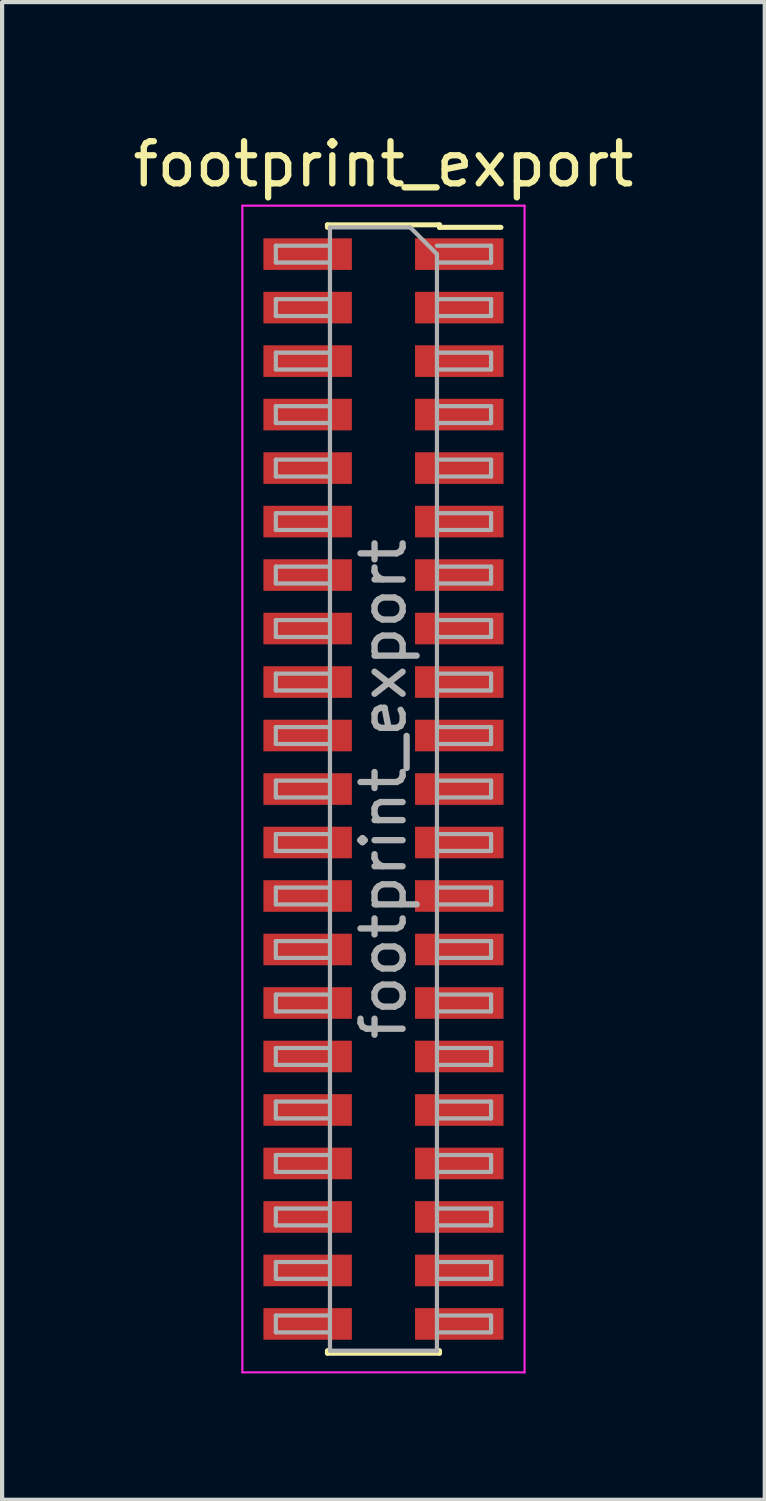
<source format=kicad_pcb>
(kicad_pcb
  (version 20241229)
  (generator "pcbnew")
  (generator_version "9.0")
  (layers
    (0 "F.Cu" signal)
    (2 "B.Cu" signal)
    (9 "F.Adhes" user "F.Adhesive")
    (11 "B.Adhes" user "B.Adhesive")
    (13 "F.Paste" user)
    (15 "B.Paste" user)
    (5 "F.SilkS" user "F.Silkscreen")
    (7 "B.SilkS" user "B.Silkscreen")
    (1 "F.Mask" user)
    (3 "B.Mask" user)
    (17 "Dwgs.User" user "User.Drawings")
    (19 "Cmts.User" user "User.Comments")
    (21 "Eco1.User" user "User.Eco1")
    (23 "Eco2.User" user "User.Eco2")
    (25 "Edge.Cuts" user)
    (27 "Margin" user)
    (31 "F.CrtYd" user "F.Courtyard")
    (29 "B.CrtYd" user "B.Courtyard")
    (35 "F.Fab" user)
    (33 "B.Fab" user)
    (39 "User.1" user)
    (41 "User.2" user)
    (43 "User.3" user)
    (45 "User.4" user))
  (footprint "footprint_export"
    (layer "F.Cu")
    (at 6.054 15.683)
    (property "Reference" "footprint_export" (at 0 -14.835 0) (layer "F.SilkS") (effects (font (size 1 1) (thickness 0.15))))
    (attr smd)
    (fp_line (start -1.33 -13.395) (end -1.33 -13.335) (stroke (width 0.12) (type solid)) (layer "F.SilkS"))
    (fp_line (start -1.33 -13.395) (end 1.33 -13.395) (stroke (width 0.12) (type solid)) (layer "F.SilkS"))
    (fp_line (start -1.33 13.335) (end -1.33 13.395) (stroke (width 0.12) (type solid)) (layer "F.SilkS"))
    (fp_line (start -1.33 13.395) (end 1.33 13.395) (stroke (width 0.12) (type solid)) (layer "F.SilkS"))
    (fp_line (start 1.33 -13.395) (end 1.33 -13.335) (stroke (width 0.12) (type solid)) (layer "F.SilkS"))
    (fp_line (start 1.33 -13.335) (end 2.79 -13.335) (stroke (width 0.12) (type solid)) (layer "F.SilkS"))
    (fp_line (start 1.33 13.335) (end 1.33 13.395) (stroke (width 0.12) (type solid)) (layer "F.SilkS"))
    (fp_line (start -3.35 -13.85) (end 3.35 -13.85) (stroke (width 0.05) (type solid)) (layer "F.CrtYd"))
    (fp_line (start -3.35 13.85) (end -3.35 -13.85) (stroke (width 0.05) (type solid)) (layer "F.CrtYd"))
    (fp_line (start 3.35 -13.85) (end 3.35 13.85) (stroke (width 0.05) (type solid)) (layer "F.CrtYd"))
    (fp_line (start 3.35 13.85) (end -3.35 13.85) (stroke (width 0.05) (type solid)) (layer "F.CrtYd"))
    (fp_line (start -2.555 -12.9) (end -1.27 -12.9) (stroke (width 0.1) (type solid)) (layer "F.Fab"))
    (fp_line (start -2.555 -12.5) (end -2.555 -12.9) (stroke (width 0.1) (type solid)) (layer "F.Fab"))
    (fp_line (start -2.555 -11.63) (end -1.27 -11.63) (stroke (width 0.1) (type solid)) (layer "F.Fab"))
    (fp_line (start -2.555 -11.23) (end -2.555 -11.63) (stroke (width 0.1) (type solid)) (layer "F.Fab"))
    (fp_line (start -2.555 -10.36) (end -1.27 -10.36) (stroke (width 0.1) (type solid)) (layer "F.Fab"))
    (fp_line (start -2.555 -9.96) (end -2.555 -10.36) (stroke (width 0.1) (type solid)) (layer "F.Fab"))
    (fp_line (start -2.555 -9.09) (end -1.27 -9.09) (stroke (width 0.1) (type solid)) (layer "F.Fab"))
    (fp_line (start -2.555 -8.69) (end -2.555 -9.09) (stroke (width 0.1) (type solid)) (layer "F.Fab"))
    (fp_line (start -2.555 -7.82) (end -1.27 -7.82) (stroke (width 0.1) (type solid)) (layer "F.Fab"))
    (fp_line (start -2.555 -7.42) (end -2.555 -7.82) (stroke (width 0.1) (type solid)) (layer "F.Fab"))
    (fp_line (start -2.555 -6.55) (end -1.27 -6.55) (stroke (width 0.1) (type solid)) (layer "F.Fab"))
    (fp_line (start -2.555 -6.15) (end -2.555 -6.55) (stroke (width 0.1) (type solid)) (layer "F.Fab"))
    (fp_line (start -2.555 -5.28) (end -1.27 -5.28) (stroke (width 0.1) (type solid)) (layer "F.Fab"))
    (fp_line (start -2.555 -4.88) (end -2.555 -5.28) (stroke (width 0.1) (type solid)) (layer "F.Fab"))
    (fp_line (start -2.555 -4.01) (end -1.27 -4.01) (stroke (width 0.1) (type solid)) (layer "F.Fab"))
    (fp_line (start -2.555 -3.61) (end -2.555 -4.01) (stroke (width 0.1) (type solid)) (layer "F.Fab"))
    (fp_line (start -2.555 -2.74) (end -1.27 -2.74) (stroke (width 0.1) (type solid)) (layer "F.Fab"))
    (fp_line (start -2.555 -2.34) (end -2.555 -2.74) (stroke (width 0.1) (type solid)) (layer "F.Fab"))
    (fp_line (start -2.555 -1.47) (end -1.27 -1.47) (stroke (width 0.1) (type solid)) (layer "F.Fab"))
    (fp_line (start -2.555 -1.07) (end -2.555 -1.47) (stroke (width 0.1) (type solid)) (layer "F.Fab"))
    (fp_line (start -2.555 -0.2) (end -1.27 -0.2) (stroke (width 0.1) (type solid)) (layer "F.Fab"))
    (fp_line (start -2.555 0.2) (end -2.555 -0.2) (stroke (width 0.1) (type solid)) (layer "F.Fab"))
    (fp_line (start -2.555 1.07) (end -1.27 1.07) (stroke (width 0.1) (type solid)) (layer "F.Fab"))
    (fp_line (start -2.555 1.47) (end -2.555 1.07) (stroke (width 0.1) (type solid)) (layer "F.Fab"))
    (fp_line (start -2.555 2.34) (end -1.27 2.34) (stroke (width 0.1) (type solid)) (layer "F.Fab"))
    (fp_line (start -2.555 2.74) (end -2.555 2.34) (stroke (width 0.1) (type solid)) (layer "F.Fab"))
    (fp_line (start -2.555 3.61) (end -1.27 3.61) (stroke (width 0.1) (type solid)) (layer "F.Fab"))
    (fp_line (start -2.555 4.01) (end -2.555 3.61) (stroke (width 0.1) (type solid)) (layer "F.Fab"))
    (fp_line (start -2.555 4.88) (end -1.27 4.88) (stroke (width 0.1) (type solid)) (layer "F.Fab"))
    (fp_line (start -2.555 5.28) (end -2.555 4.88) (stroke (width 0.1) (type solid)) (layer "F.Fab"))
    (fp_line (start -2.555 6.15) (end -1.27 6.15) (stroke (width 0.1) (type solid)) (layer "F.Fab"))
    (fp_line (start -2.555 6.55) (end -2.555 6.15) (stroke (width 0.1) (type solid)) (layer "F.Fab"))
    (fp_line (start -2.555 7.42) (end -1.27 7.42) (stroke (width 0.1) (type solid)) (layer "F.Fab"))
    (fp_line (start -2.555 7.82) (end -2.555 7.42) (stroke (width 0.1) (type solid)) (layer "F.Fab"))
    (fp_line (start -2.555 8.69) (end -1.27 8.69) (stroke (width 0.1) (type solid)) (layer "F.Fab"))
    (fp_line (start -2.555 9.09) (end -2.555 8.69) (stroke (width 0.1) (type solid)) (layer "F.Fab"))
    (fp_line (start -2.555 9.96) (end -1.27 9.96) (stroke (width 0.1) (type solid)) (layer "F.Fab"))
    (fp_line (start -2.555 10.36) (end -2.555 9.96) (stroke (width 0.1) (type solid)) (layer "F.Fab"))
    (fp_line (start -2.555 11.23) (end -1.27 11.23) (stroke (width 0.1) (type solid)) (layer "F.Fab"))
    (fp_line (start -2.555 11.63) (end -2.555 11.23) (stroke (width 0.1) (type solid)) (layer "F.Fab"))
    (fp_line (start -2.555 12.5) (end -1.27 12.5) (stroke (width 0.1) (type solid)) (layer "F.Fab"))
    (fp_line (start -2.555 12.9) (end -2.555 12.5) (stroke (width 0.1) (type solid)) (layer "F.Fab"))
    (fp_line (start -1.27 -13.335) (end 0.635 -13.335) (stroke (width 0.1) (type solid)) (layer "F.Fab"))
    (fp_line (start -1.27 -12.5) (end -2.555 -12.5) (stroke (width 0.1) (type solid)) (layer "F.Fab"))
    (fp_line (start -1.27 -11.23) (end -2.555 -11.23) (stroke (width 0.1) (type solid)) (layer "F.Fab"))
    (fp_line (start -1.27 -9.96) (end -2.555 -9.96) (stroke (width 0.1) (type solid)) (layer "F.Fab"))
    (fp_line (start -1.27 -8.69) (end -2.555 -8.69) (stroke (width 0.1) (type solid)) (layer "F.Fab"))
    (fp_line (start -1.27 -7.42) (end -2.555 -7.42) (stroke (width 0.1) (type solid)) (layer "F.Fab"))
    (fp_line (start -1.27 -6.15) (end -2.555 -6.15) (stroke (width 0.1) (type solid)) (layer "F.Fab"))
    (fp_line (start -1.27 -4.88) (end -2.555 -4.88) (stroke (width 0.1) (type solid)) (layer "F.Fab"))
    (fp_line (start -1.27 -3.61) (end -2.555 -3.61) (stroke (width 0.1) (type solid)) (layer "F.Fab"))
    (fp_line (start -1.27 -2.34) (end -2.555 -2.34) (stroke (width 0.1) (type solid)) (layer "F.Fab"))
    (fp_line (start -1.27 -1.07) (end -2.555 -1.07) (stroke (width 0.1) (type solid)) (layer "F.Fab"))
    (fp_line (start -1.27 0.2) (end -2.555 0.2) (stroke (width 0.1) (type solid)) (layer "F.Fab"))
    (fp_line (start -1.27 1.47) (end -2.555 1.47) (stroke (width 0.1) (type solid)) (layer "F.Fab"))
    (fp_line (start -1.27 2.74) (end -2.555 2.74) (stroke (width 0.1) (type solid)) (layer "F.Fab"))
    (fp_line (start -1.27 4.01) (end -2.555 4.01) (stroke (width 0.1) (type solid)) (layer "F.Fab"))
    (fp_line (start -1.27 5.28) (end -2.555 5.28) (stroke (width 0.1) (type solid)) (layer "F.Fab"))
    (fp_line (start -1.27 6.55) (end -2.555 6.55) (stroke (width 0.1) (type solid)) (layer "F.Fab"))
    (fp_line (start -1.27 7.82) (end -2.555 7.82) (stroke (width 0.1) (type solid)) (layer "F.Fab"))
    (fp_line (start -1.27 9.09) (end -2.555 9.09) (stroke (width 0.1) (type solid)) (layer "F.Fab"))
    (fp_line (start -1.27 10.36) (end -2.555 10.36) (stroke (width 0.1) (type solid)) (layer "F.Fab"))
    (fp_line (start -1.27 11.63) (end -2.555 11.63) (stroke (width 0.1) (type solid)) (layer "F.Fab"))
    (fp_line (start -1.27 12.9) (end -2.555 12.9) (stroke (width 0.1) (type solid)) (layer "F.Fab"))
    (fp_line (start -1.27 13.335) (end -1.27 -13.335) (stroke (width 0.1) (type solid)) (layer "F.Fab"))
    (fp_line (start 0.635 -13.335) (end 1.27 -12.7) (stroke (width 0.1) (type solid)) (layer "F.Fab"))
    (fp_line (start 1.27 -12.9) (end 2.555 -12.9) (stroke (width 0.1) (type solid)) (layer "F.Fab"))
    (fp_line (start 1.27 -12.7) (end 1.27 13.335) (stroke (width 0.1) (type solid)) (layer "F.Fab"))
    (fp_line (start 1.27 -11.63) (end 2.555 -11.63) (stroke (width 0.1) (type solid)) (layer "F.Fab"))
    (fp_line (start 1.27 -10.36) (end 2.555 -10.36) (stroke (width 0.1) (type solid)) (layer "F.Fab"))
    (fp_line (start 1.27 -9.09) (end 2.555 -9.09) (stroke (width 0.1) (type solid)) (layer "F.Fab"))
    (fp_line (start 1.27 -7.82) (end 2.555 -7.82) (stroke (width 0.1) (type solid)) (layer "F.Fab"))
    (fp_line (start 1.27 -6.55) (end 2.555 -6.55) (stroke (width 0.1) (type solid)) (layer "F.Fab"))
    (fp_line (start 1.27 -5.28) (end 2.555 -5.28) (stroke (width 0.1) (type solid)) (layer "F.Fab"))
    (fp_line (start 1.27 -4.01) (end 2.555 -4.01) (stroke (width 0.1) (type solid)) (layer "F.Fab"))
    (fp_line (start 1.27 -2.74) (end 2.555 -2.74) (stroke (width 0.1) (type solid)) (layer "F.Fab"))
    (fp_line (start 1.27 -1.47) (end 2.555 -1.47) (stroke (width 0.1) (type solid)) (layer "F.Fab"))
    (fp_line (start 1.27 -0.2) (end 2.555 -0.2) (stroke (width 0.1) (type solid)) (layer "F.Fab"))
    (fp_line (start 1.27 1.07) (end 2.555 1.07) (stroke (width 0.1) (type solid)) (layer "F.Fab"))
    (fp_line (start 1.27 2.34) (end 2.555 2.34) (stroke (width 0.1) (type solid)) (layer "F.Fab"))
    (fp_line (start 1.27 3.61) (end 2.555 3.61) (stroke (width 0.1) (type solid)) (layer "F.Fab"))
    (fp_line (start 1.27 4.88) (end 2.555 4.88) (stroke (width 0.1) (type solid)) (layer "F.Fab"))
    (fp_line (start 1.27 6.15) (end 2.555 6.15) (stroke (width 0.1) (type solid)) (layer "F.Fab"))
    (fp_line (start 1.27 7.42) (end 2.555 7.42) (stroke (width 0.1) (type solid)) (layer "F.Fab"))
    (fp_line (start 1.27 8.69) (end 2.555 8.69) (stroke (width 0.1) (type solid)) (layer "F.Fab"))
    (fp_line (start 1.27 9.96) (end 2.555 9.96) (stroke (width 0.1) (type solid)) (layer "F.Fab"))
    (fp_line (start 1.27 11.23) (end 2.555 11.23) (stroke (width 0.1) (type solid)) (layer "F.Fab"))
    (fp_line (start 1.27 12.5) (end 2.555 12.5) (stroke (width 0.1) (type solid)) (layer "F.Fab"))
    (fp_line (start 1.27 13.335) (end -1.27 13.335) (stroke (width 0.1) (type solid)) (layer "F.Fab"))
    (fp_line (start 2.555 -12.9) (end 2.555 -12.5) (stroke (width 0.1) (type solid)) (layer "F.Fab"))
    (fp_line (start 2.555 -12.5) (end 1.27 -12.5) (stroke (width 0.1) (type solid)) (layer "F.Fab"))
    (fp_line (start 2.555 -11.63) (end 2.555 -11.23) (stroke (width 0.1) (type solid)) (layer "F.Fab"))
    (fp_line (start 2.555 -11.23) (end 1.27 -11.23) (stroke (width 0.1) (type solid)) (layer "F.Fab"))
    (fp_line (start 2.555 -10.36) (end 2.555 -9.96) (stroke (width 0.1) (type solid)) (layer "F.Fab"))
    (fp_line (start 2.555 -9.96) (end 1.27 -9.96) (stroke (width 0.1) (type solid)) (layer "F.Fab"))
    (fp_line (start 2.555 -9.09) (end 2.555 -8.69) (stroke (width 0.1) (type solid)) (layer "F.Fab"))
    (fp_line (start 2.555 -8.69) (end 1.27 -8.69) (stroke (width 0.1) (type solid)) (layer "F.Fab"))
    (fp_line (start 2.555 -7.82) (end 2.555 -7.42) (stroke (width 0.1) (type solid)) (layer "F.Fab"))
    (fp_line (start 2.555 -7.42) (end 1.27 -7.42) (stroke (width 0.1) (type solid)) (layer "F.Fab"))
    (fp_line (start 2.555 -6.55) (end 2.555 -6.15) (stroke (width 0.1) (type solid)) (layer "F.Fab"))
    (fp_line (start 2.555 -6.15) (end 1.27 -6.15) (stroke (width 0.1) (type solid)) (layer "F.Fab"))
    (fp_line (start 2.555 -5.28) (end 2.555 -4.88) (stroke (width 0.1) (type solid)) (layer "F.Fab"))
    (fp_line (start 2.555 -4.88) (end 1.27 -4.88) (stroke (width 0.1) (type solid)) (layer "F.Fab"))
    (fp_line (start 2.555 -4.01) (end 2.555 -3.61) (stroke (width 0.1) (type solid)) (layer "F.Fab"))
    (fp_line (start 2.555 -3.61) (end 1.27 -3.61) (stroke (width 0.1) (type solid)) (layer "F.Fab"))
    (fp_line (start 2.555 -2.74) (end 2.555 -2.34) (stroke (width 0.1) (type solid)) (layer "F.Fab"))
    (fp_line (start 2.555 -2.34) (end 1.27 -2.34) (stroke (width 0.1) (type solid)) (layer "F.Fab"))
    (fp_line (start 2.555 -1.47) (end 2.555 -1.07) (stroke (width 0.1) (type solid)) (layer "F.Fab"))
    (fp_line (start 2.555 -1.07) (end 1.27 -1.07) (stroke (width 0.1) (type solid)) (layer "F.Fab"))
    (fp_line (start 2.555 -0.2) (end 2.555 0.2) (stroke (width 0.1) (type solid)) (layer "F.Fab"))
    (fp_line (start 2.555 0.2) (end 1.27 0.2) (stroke (width 0.1) (type solid)) (layer "F.Fab"))
    (fp_line (start 2.555 1.07) (end 2.555 1.47) (stroke (width 0.1) (type solid)) (layer "F.Fab"))
    (fp_line (start 2.555 1.47) (end 1.27 1.47) (stroke (width 0.1) (type solid)) (layer "F.Fab"))
    (fp_line (start 2.555 2.34) (end 2.555 2.74) (stroke (width 0.1) (type solid)) (layer "F.Fab"))
    (fp_line (start 2.555 2.74) (end 1.27 2.74) (stroke (width 0.1) (type solid)) (layer "F.Fab"))
    (fp_line (start 2.555 3.61) (end 2.555 4.01) (stroke (width 0.1) (type solid)) (layer "F.Fab"))
    (fp_line (start 2.555 4.01) (end 1.27 4.01) (stroke (width 0.1) (type solid)) (layer "F.Fab"))
    (fp_line (start 2.555 4.88) (end 2.555 5.28) (stroke (width 0.1) (type solid)) (layer "F.Fab"))
    (fp_line (start 2.555 5.28) (end 1.27 5.28) (stroke (width 0.1) (type solid)) (layer "F.Fab"))
    (fp_line (start 2.555 6.15) (end 2.555 6.55) (stroke (width 0.1) (type solid)) (layer "F.Fab"))
    (fp_line (start 2.555 6.55) (end 1.27 6.55) (stroke (width 0.1) (type solid)) (layer "F.Fab"))
    (fp_line (start 2.555 7.42) (end 2.555 7.82) (stroke (width 0.1) (type solid)) (layer "F.Fab"))
    (fp_line (start 2.555 7.82) (end 1.27 7.82) (stroke (width 0.1) (type solid)) (layer "F.Fab"))
    (fp_line (start 2.555 8.69) (end 2.555 9.09) (stroke (width 0.1) (type solid)) (layer "F.Fab"))
    (fp_line (start 2.555 9.09) (end 1.27 9.09) (stroke (width 0.1) (type solid)) (layer "F.Fab"))
    (fp_line (start 2.555 9.96) (end 2.555 10.36) (stroke (width 0.1) (type solid)) (layer "F.Fab"))
    (fp_line (start 2.555 10.36) (end 1.27 10.36) (stroke (width 0.1) (type solid)) (layer "F.Fab"))
    (fp_line (start 2.555 11.23) (end 2.555 11.63) (stroke (width 0.1) (type solid)) (layer "F.Fab"))
    (fp_line (start 2.555 11.63) (end 1.27 11.63) (stroke (width 0.1) (type solid)) (layer "F.Fab"))
    (fp_line (start 2.555 12.5) (end 2.555 12.9) (stroke (width 0.1) (type solid)) (layer "F.Fab"))
    (fp_line (start 2.555 12.9) (end 1.27 12.9) (stroke (width 0.1) (type solid)) (layer "F.Fab"))
    (fp_text user "${REFERENCE}" (at 0 0 90) (layer "F.Fab") (effects (font (size 1 1) (thickness 0.15))))
    (pad "1" smd rect (at 1.8 -12.7) (size 2.1 0.75) (layers "F.Cu" "F.Mask" "F.Paste"))
    (pad "2" smd rect (at -1.8 -12.7) (size 2.1 0.75) (layers "F.Cu" "F.Mask" "F.Paste"))
    (pad "3" smd rect (at 1.8 -11.43) (size 2.1 0.75) (layers "F.Cu" "F.Mask" "F.Paste"))
    (pad "4" smd rect (at -1.8 -11.43) (size 2.1 0.75) (layers "F.Cu" "F.Mask" "F.Paste"))
    (pad "5" smd rect (at 1.8 -10.16) (size 2.1 0.75) (layers "F.Cu" "F.Mask" "F.Paste"))
    (pad "6" smd rect (at -1.8 -10.16) (size 2.1 0.75) (layers "F.Cu" "F.Mask" "F.Paste"))
    (pad "7" smd rect (at 1.8 -8.89) (size 2.1 0.75) (layers "F.Cu" "F.Mask" "F.Paste"))
    (pad "8" smd rect (at -1.8 -8.89) (size 2.1 0.75) (layers "F.Cu" "F.Mask" "F.Paste"))
    (pad "9" smd rect (at 1.8 -7.62) (size 2.1 0.75) (layers "F.Cu" "F.Mask" "F.Paste"))
    (pad "10" smd rect (at -1.8 -7.62) (size 2.1 0.75) (layers "F.Cu" "F.Mask" "F.Paste"))
    (pad "11" smd rect (at 1.8 -6.35) (size 2.1 0.75) (layers "F.Cu" "F.Mask" "F.Paste"))
    (pad "12" smd rect (at -1.8 -6.35) (size 2.1 0.75) (layers "F.Cu" "F.Mask" "F.Paste"))
    (pad "13" smd rect (at 1.8 -5.08) (size 2.1 0.75) (layers "F.Cu" "F.Mask" "F.Paste"))
    (pad "14" smd rect (at -1.8 -5.08) (size 2.1 0.75) (layers "F.Cu" "F.Mask" "F.Paste"))
    (pad "15" smd rect (at 1.8 -3.81) (size 2.1 0.75) (layers "F.Cu" "F.Mask" "F.Paste"))
    (pad "16" smd rect (at -1.8 -3.81) (size 2.1 0.75) (layers "F.Cu" "F.Mask" "F.Paste"))
    (pad "17" smd rect (at 1.8 -2.54) (size 2.1 0.75) (layers "F.Cu" "F.Mask" "F.Paste"))
    (pad "18" smd rect (at -1.8 -2.54) (size 2.1 0.75) (layers "F.Cu" "F.Mask" "F.Paste"))
    (pad "19" smd rect (at 1.8 -1.27) (size 2.1 0.75) (layers "F.Cu" "F.Mask" "F.Paste"))
    (pad "20" smd rect (at -1.8 -1.27) (size 2.1 0.75) (layers "F.Cu" "F.Mask" "F.Paste"))
    (pad "21" smd rect (at 1.8 0) (size 2.1 0.75) (layers "F.Cu" "F.Mask" "F.Paste"))
    (pad "22" smd rect (at -1.8 0) (size 2.1 0.75) (layers "F.Cu" "F.Mask" "F.Paste"))
    (pad "23" smd rect (at 1.8 1.27) (size 2.1 0.75) (layers "F.Cu" "F.Mask" "F.Paste"))
    (pad "24" smd rect (at -1.8 1.27) (size 2.1 0.75) (layers "F.Cu" "F.Mask" "F.Paste"))
    (pad "25" smd rect (at 1.8 2.54) (size 2.1 0.75) (layers "F.Cu" "F.Mask" "F.Paste"))
    (pad "26" smd rect (at -1.8 2.54) (size 2.1 0.75) (layers "F.Cu" "F.Mask" "F.Paste"))
    (pad "27" smd rect (at 1.8 3.81) (size 2.1 0.75) (layers "F.Cu" "F.Mask" "F.Paste"))
    (pad "28" smd rect (at -1.8 3.81) (size 2.1 0.75) (layers "F.Cu" "F.Mask" "F.Paste"))
    (pad "29" smd rect (at 1.8 5.08) (size 2.1 0.75) (layers "F.Cu" "F.Mask" "F.Paste"))
    (pad "30" smd rect (at -1.8 5.08) (size 2.1 0.75) (layers "F.Cu" "F.Mask" "F.Paste"))
    (pad "31" smd rect (at 1.8 6.35) (size 2.1 0.75) (layers "F.Cu" "F.Mask" "F.Paste"))
    (pad "32" smd rect (at -1.8 6.35) (size 2.1 0.75) (layers "F.Cu" "F.Mask" "F.Paste"))
    (pad "33" smd rect (at 1.8 7.62) (size 2.1 0.75) (layers "F.Cu" "F.Mask" "F.Paste"))
    (pad "34" smd rect (at -1.8 7.62) (size 2.1 0.75) (layers "F.Cu" "F.Mask" "F.Paste"))
    (pad "35" smd rect (at 1.8 8.89) (size 2.1 0.75) (layers "F.Cu" "F.Mask" "F.Paste"))
    (pad "36" smd rect (at -1.8 8.89) (size 2.1 0.75) (layers "F.Cu" "F.Mask" "F.Paste"))
    (pad "37" smd rect (at 1.8 10.16) (size 2.1 0.75) (layers "F.Cu" "F.Mask" "F.Paste"))
    (pad "38" smd rect (at -1.8 10.16) (size 2.1 0.75) (layers "F.Cu" "F.Mask" "F.Paste"))
    (pad "39" smd rect (at 1.8 11.43) (size 2.1 0.75) (layers "F.Cu" "F.Mask" "F.Paste"))
    (pad "40" smd rect (at -1.8 11.43) (size 2.1 0.75) (layers "F.Cu" "F.Mask" "F.Paste"))
    (pad "41" smd rect (at 1.8 12.7) (size 2.1 0.75) (layers "F.Cu" "F.Mask" "F.Paste"))
    (pad "42" smd rect (at -1.8 12.7) (size 2.1 0.75) (layers "F.Cu" "F.Mask" "F.Paste")))
  (gr_rect
    (start -3 -3)
    (end 15.107 32.558)
    (stroke (width 0.1) (type default))
    (fill no)
    (layer "Edge.Cuts")))
</source>
